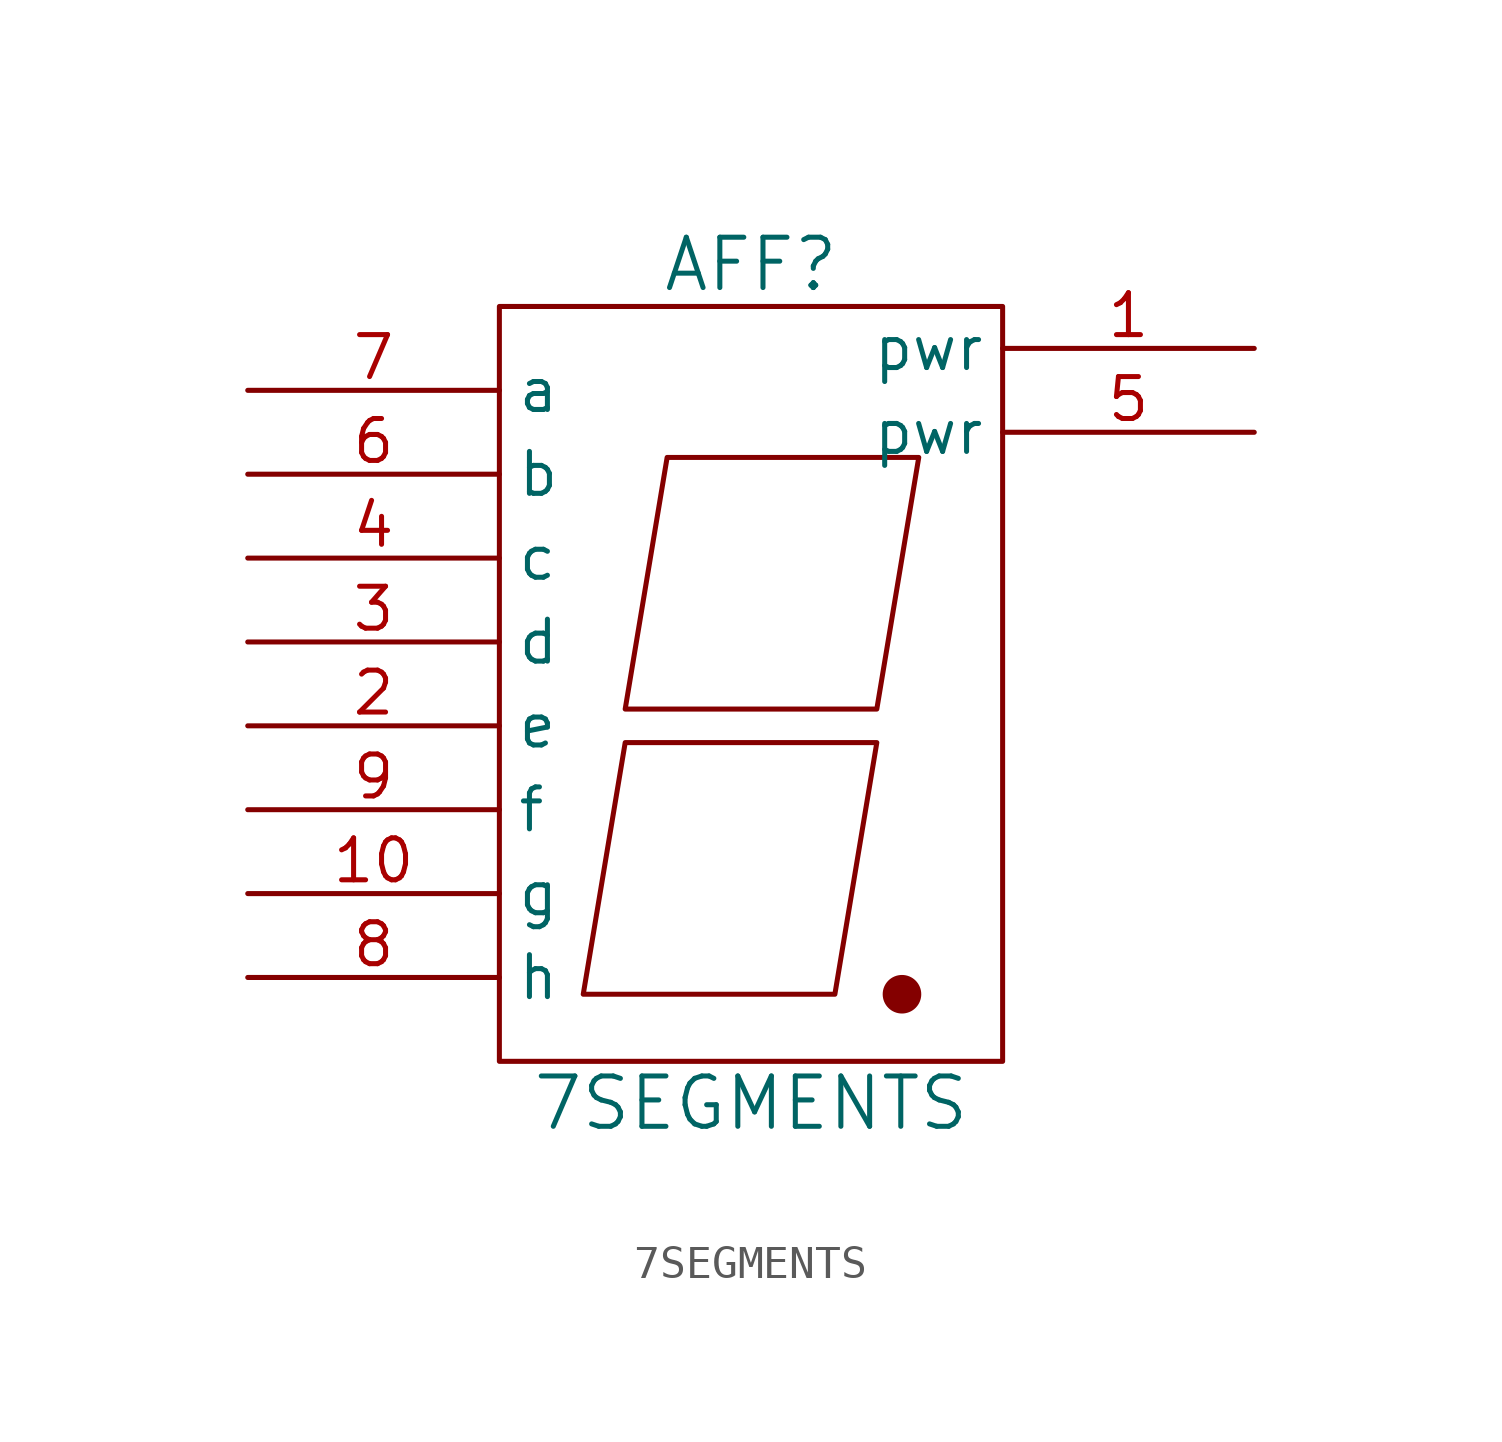
<source format=kicad_sym>
(kicad_symbol_lib
  (version 20211014)
  (generator kicad_symbol_editor)
  (symbol "7SEGMENTS"
    (property "Reference" "AFF"
      (at 0 13.97 0)
      (effects (font (size 1.524 1.524))))
    (property "Value" "7SEGMENTS"
      (at 0 -11.43 0)
      (effects (font (size 1.524 1.524))))
    (symbol "7SEGMENTS_0_1"
      (rectangle (start -7.62 12.7) (end 7.62 -10.16) (stroke (width 0) (type default) (color 0 0 0 0)) (fill (type none)))
      (polyline (pts (xy -3.81 -0.508) (xy 3.81 -0.508) (xy 2.54 -8.128) (xy -5.08 -8.128) (xy -3.81 -0.508) (xy -3.81 -0.508)) (stroke (width 0) (type default) (color 0 0 0 0)) (fill (type none)))
      (polyline (pts (xy -2.54 8.128) (xy 5.08 8.128) (xy 3.81 0.508) (xy -3.81 0.508) (xy -2.54 8.128) (xy -2.54 8.128)) (stroke (width 0) (type default) (color 0 0 0 0)) (fill (type none)))
      (circle (center 4.572 -8.128) (radius 0.508) (stroke (width 0) (type default) (color 0 0 0 0)) (fill (type outline))))
    (symbol "7SEGMENTS_1_1"
      (pin input line (at 15.24 11.43 180) (length 7.62) (name "pwr" (effects (font (size 1.27 1.27)))) (number "1" (effects (font (size 1.27 1.27)))))
      (pin input line (at -15.24 -5.08 0) (length 7.62) (name "g" (effects (font (size 1.27 1.27)))) (number "10" (effects (font (size 1.27 1.27)))))
      (pin input line (at -15.24 0 0) (length 7.62) (name "e" (effects (font (size 1.27 1.27)))) (number "2" (effects (font (size 1.27 1.27)))))
      (pin input line (at -15.24 2.54 0) (length 7.62) (name "d" (effects (font (size 1.27 1.27)))) (number "3" (effects (font (size 1.27 1.27)))))
      (pin input line (at -15.24 5.08 0) (length 7.62) (name "c" (effects (font (size 1.27 1.27)))) (number "4" (effects (font (size 1.27 1.27)))))
      (pin input line (at 15.24 8.89 180) (length 7.62) (name "pwr" (effects (font (size 1.27 1.27)))) (number "5" (effects (font (size 1.27 1.27)))))
      (pin input line (at -15.24 7.62 0) (length 7.62) (name "b" (effects (font (size 1.27 1.27)))) (number "6" (effects (font (size 1.27 1.27)))))
      (pin input line (at -15.24 10.16 0) (length 7.62) (name "a" (effects (font (size 1.27 1.27)))) (number "7" (effects (font (size 1.27 1.27)))))
      (pin input line (at -15.24 -7.62 0) (length 7.62) (name "h" (effects (font (size 1.27 1.27)))) (number "8" (effects (font (size 1.27 1.27)))))
      (pin input line (at -15.24 -2.54 0) (length 7.62) (name "f" (effects (font (size 1.27 1.27)))) (number "9" (effects (font (size 1.27 1.27))))))))
</source>
